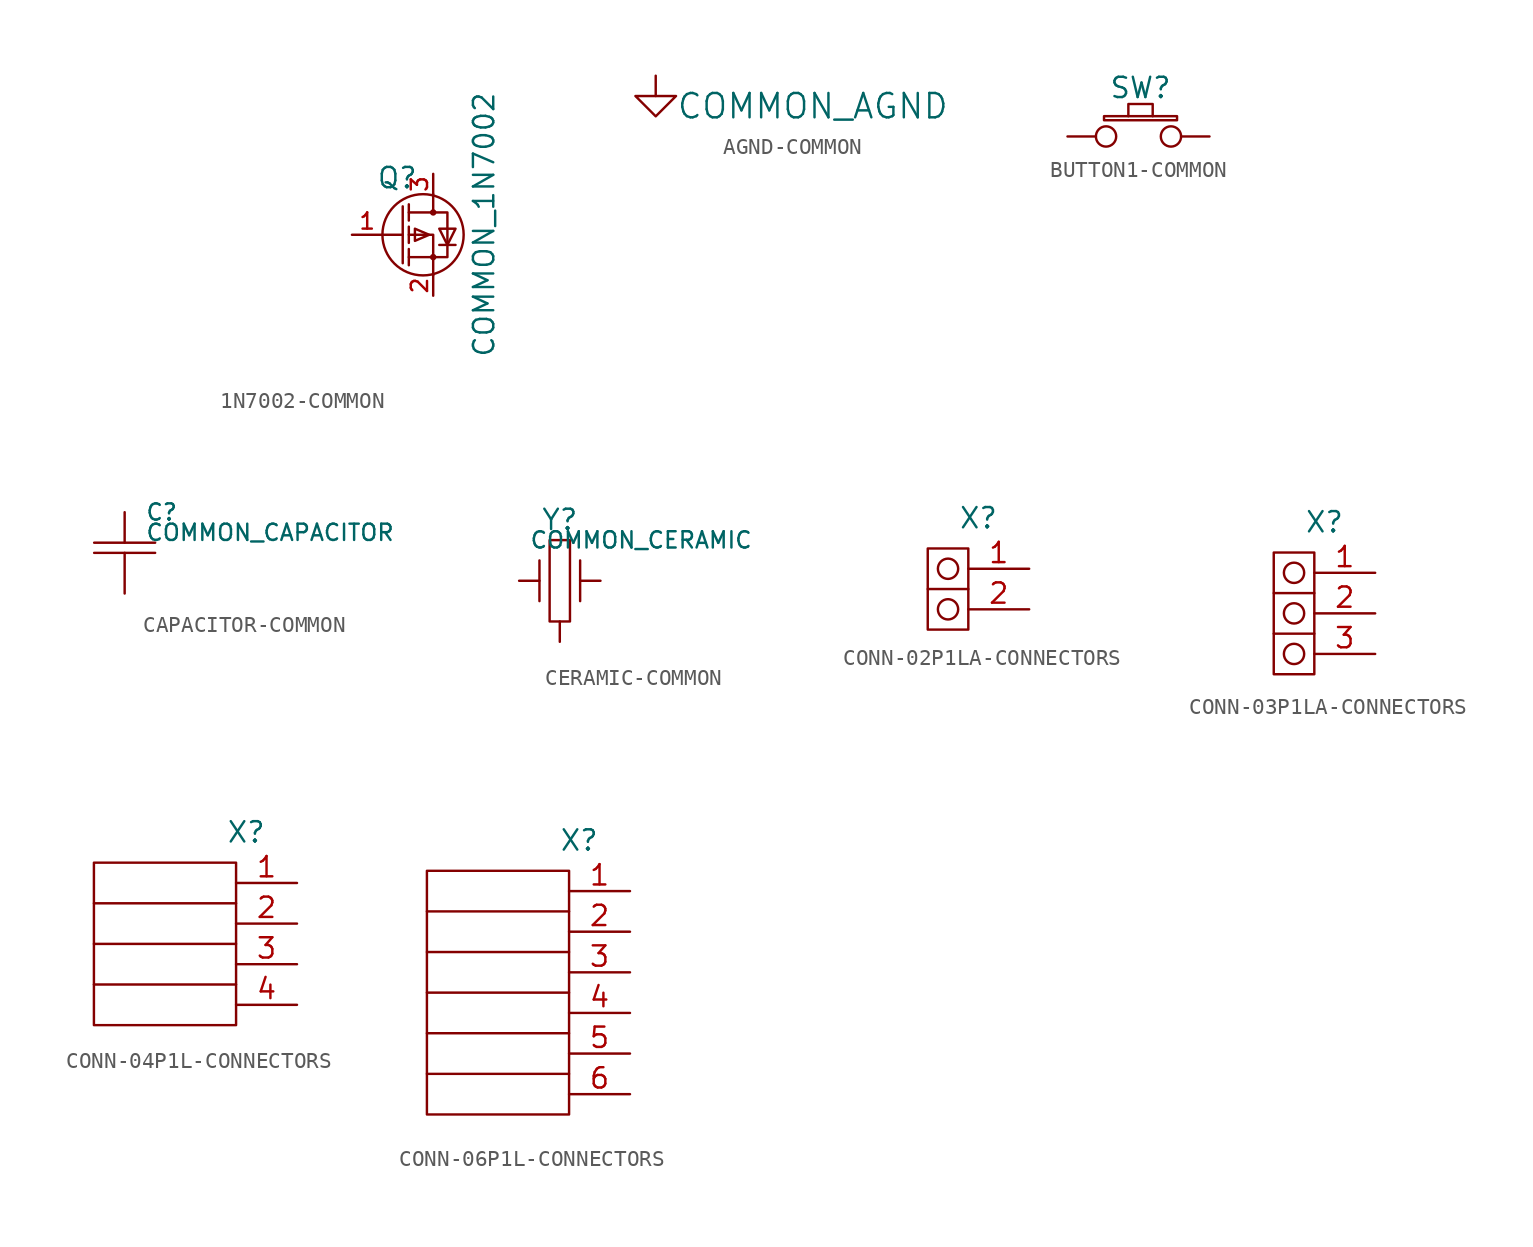
<source format=kicad_sym>
(kicad_symbol_lib
  (version 20231120)
  (generator "kicad_symbol_editor")
  (generator_version "8.0")
  (symbol "1N7002-COMMON"
    (pin_names
      (offset 1.016) hide)
    (property "Reference" "Q"
      (at 1.524 3.556 0)
      (effects (font (size 1.27 1.27)) (justify left)))
    (property "Value" "COMMON_1N7002"
      (at 8.255 0.635 90)
      (effects (font (size 1.27 1.27))))
    (property "Footprint" ""
      (at -15.24 7.62 0)
      (effects (font (size 1.524 1.524))))
    (property "Datasheet" ""
      (at -15.24 7.62 0)
      (effects (font (size 1.524 1.524))))
    (symbol "1N7002-COMMON_0_1"
      (polyline (pts (xy 1.905 0) (xy 3.175 0)) (stroke (width 0) (type solid)) (fill (type none)))
      (polyline (pts (xy 3.175 1.778) (xy 3.175 -1.778)) (stroke (width 0) (type solid)) (fill (type none)))
      (polyline (pts (xy 3.556 -1.905) (xy 3.556 -0.889)) (stroke (width 0) (type solid)) (fill (type none)))
      (polyline (pts (xy 3.556 0.508) (xy 3.556 -0.508)) (stroke (width 0) (type solid)) (fill (type none)))
      (polyline (pts (xy 3.556 1.905) (xy 3.556 0.889)) (stroke (width 0) (type solid)) (fill (type none)))
      (polyline (pts (xy 5.461 -0.635) (xy 6.477 -0.635)) (stroke (width 0) (type solid)) (fill (type none)))
      (polyline (pts (xy 3.556 0) (xy 5.08 0) (xy 5.08 -1.524)) (stroke (width 0) (type solid)) (fill (type none)))
      (polyline (pts (xy 5.08 -2.54) (xy 5.08 -1.397) (xy 3.556 -1.397)) (stroke (width 0) (type solid)) (fill (type none)))
      (polyline (pts (xy 5.08 2.54) (xy 5.08 1.397) (xy 3.556 1.397)) (stroke (width 0) (type solid)) (fill (type none)))
      (polyline (pts (xy 4.826 0) (xy 3.937 0.381) (xy 3.937 -0.381) (xy 4.826 0)) (stroke (width 0) (type solid)) (fill (type none)))
      (polyline (pts (xy 5.08 -1.397) (xy 5.969 -1.397) (xy 5.969 1.397) (xy 4.953 1.397)) (stroke (width 0) (type solid)) (fill (type none)))
      (polyline (pts (xy 6.477 0.381) (xy 5.461 0.381) (xy 5.969 -0.635) (xy 6.477 0.381)) (stroke (width 0) (type solid)) (fill (type none)))
      (circle (center 4.445 0) (radius 2.54) (stroke (width 0) (type solid)) (fill (type none)))
      (circle (center 5.08 -1.397) (radius 0.127) (stroke (width 0) (type solid)) (fill (type none)))
      (circle (center 5.08 1.397) (radius 0.127) (stroke (width 0) (type solid)) (fill (type none))))
    (symbol "1N7002-COMMON_1_1"
      (pin unspecified line (at 0 0 0) (length 1.905) (name "G" (effects (font (size 1.27 1.27)))) (number "1" (effects (font (size 1.016 1.016)))))
      (pin unspecified line (at 5.08 -3.81 90) (length 1.27) (name "S" (effects (font (size 1.27 1.27)))) (number "2" (effects (font (size 1.016 1.016)))))
      (pin unspecified line (at 5.08 3.81 270) (length 1.27) (name "D" (effects (font (size 1.27 1.27)))) (number "3" (effects (font (size 1.016 1.016)))))))
  (symbol "AGND-COMMON"
    (power)
    (pin_numbers hide)
    (pin_names
      (offset 1.016) hide)
    (property "Reference" "#P"
      (at 3.81 0 0)
      (effects (font (size 1.524 1.524)) (hide yes)))
    (property "Value" "COMMON_AGND"
      (at 1.27 -1.905 0)
      (effects (font (size 1.524 1.524)) (justify left)))
    (property "Footprint" ""
      (at 0 0 0)
      (effects (font (size 1.524 1.524))))
    (property "Datasheet" ""
      (at 0 0 0)
      (effects (font (size 1.524 1.524))))
    (symbol "AGND-COMMON_0_1"
      (polyline (pts (xy 0 0) (xy 0 -1.27)) (stroke (width 0) (type solid)) (fill (type none)))
      (polyline (pts (xy -1.27 -1.27) (xy 1.27 -1.27) (xy 0 -2.54) (xy -1.27 -1.27)) (stroke (width 0) (type solid)) (fill (type none))))
    (symbol "AGND-COMMON_1_1"
      (pin power_in line (at 0 0 270) (length 0) hide (name "AGND" (effects (font (size 1.27 1.27)))) (number "1" (effects (font (size 1.27 1.27)))))))
  (symbol "BUTTON1-COMMON"
    (pin_numbers hide)
    (pin_names
      (offset 1.016) hide)
    (property "Reference" "SW"
      (at 4.572 3.048 0)
      (effects (font (size 1.27 1.27))))
    (property "Footprint" ""
      (at 0 0 0)
      (effects (font (size 1.524 1.524))))
    (property "Datasheet" ""
      (at 0 0 0)
      (effects (font (size 1.524 1.524))))
    (symbol "BUTTON1-COMMON_0_1"
      (polyline (pts (xy 3.81 1.27) (xy 4.572 1.27) (xy 5.334 1.27)) (stroke (width 0) (type solid)) (fill (type none)))
      (polyline (pts (xy 2.286 1.016) (xy 6.858 1.016) (xy 6.858 1.27) (xy 5.334 1.27) (xy 5.334 2.032) (xy 3.81 2.032) (xy 3.81 1.27) (xy 2.286 1.27) (xy 2.286 1.016)) (stroke (width 0) (type solid)) (fill (type none))))
    (symbol "BUTTON1-COMMON_1_1"
      (pin unspecified inverted (at 0 0 0) (length 3.048) (name "CMN" (effects (font (size 1.27 1.27)))) (number "1" (effects (font (size 1.27 1.27)))))
      (pin unspecified inverted (at 8.89 0 180) (length 3.048) (name "NO" (effects (font (size 1.27 1.27)))) (number "2" (effects (font (size 1.27 1.27)))))))
  (symbol "CAPACITOR-COMMON"
    (pin_numbers hide)
    (pin_names
      (offset 1.016) hide)
    (property "Reference" "C"
      (at 1.27 0 0)
      (effects (font (size 1.016 1.016)) (justify left)))
    (property "Value" "COMMON_CAPACITOR"
      (at 1.27 -1.27 0)
      (effects (font (size 1.016 1.016)) (justify left)))
    (property "Footprint" ""
      (at 0 0 0)
      (effects (font (size 1.524 1.524))))
    (property "Datasheet" ""
      (at 0 0 0)
      (effects (font (size 1.524 1.524))))
    (symbol "CAPACITOR-COMMON_0_1"
      (polyline (pts (xy -1.905 -2.54) (xy 1.905 -2.54)) (stroke (width 0) (type solid)) (fill (type none)))
      (polyline (pts (xy -1.905 -1.905) (xy 1.905 -1.905)) (stroke (width 0) (type solid)) (fill (type none))))
    (symbol "CAPACITOR-COMMON_1_1"
      (pin unspecified line (at 0 0 270) (length 1.905) (name "C1" (effects (font (size 1.27 1.27)))) (number "1" (effects (font (size 1.27 1.27)))))
      (pin unspecified line (at 0 -5.08 90) (length 2.54) (name "C2" (effects (font (size 1.27 1.27)))) (number "2" (effects (font (size 1.27 1.27)))))))
  (symbol "CERAMIC-COMMON"
    (pin_numbers hide)
    (pin_names
      (offset 1.016) hide)
    (property "Reference" "Y"
      (at 2.54 3.81 0)
      (effects (font (size 1.27 1.27))))
    (property "Value" "COMMON_CERAMIC"
      (at 7.62 2.54 0)
      (effects (font (size 1.016 1.016))))
    (property "Footprint" ""
      (at 0 0 0)
      (effects (font (size 1.524 1.524))))
    (property "Datasheet" ""
      (at 0 0 0)
      (effects (font (size 1.524 1.524))))
    (symbol "CERAMIC-COMMON_0_1"
      (polyline (pts (xy 1.27 1.27) (xy 1.27 -1.27)) (stroke (width 0) (type solid)) (fill (type none)))
      (polyline (pts (xy 3.81 1.27) (xy 3.81 -1.27)) (stroke (width 0) (type solid)) (fill (type none)))
      (polyline (pts (xy 1.905 2.54) (xy 1.905 -2.54) (xy 3.175 -2.54) (xy 3.175 2.54) (xy 1.905 2.54)) (stroke (width 0) (type solid)) (fill (type none))))
    (symbol "CERAMIC-COMMON_1_1"
      (pin unspecified line (at 0 0 0) (length 1.27) (name "Q1" (effects (font (size 1.27 1.27)))) (number "1" (effects (font (size 1.27 1.27)))))
      (pin unspecified line (at 2.54 -3.81 90) (length 1.27) (name "CMN" (effects (font (size 1.27 1.27)))) (number "2" (effects (font (size 1.016 1.016)))))
      (pin unspecified line (at 5.08 0 180) (length 1.27) (name "Q2" (effects (font (size 1.27 1.27)))) (number "3" (effects (font (size 1.27 1.27)))))))
  (symbol "CONN-02P1LA-CONNECTORS"
    (pin_names
      (offset 1.016))
    (property "Reference" "X"
      (at -3.175 3.175 0)
      (effects (font (size 1.27 1.27))))
    (property "Footprint" ""
      (at 0 0 0)
      (effects (font (size 1.524 1.524))))
    (property "Datasheet" ""
      (at 0 0 0)
      (effects (font (size 1.524 1.524))))
    (symbol "CONN-02P1LA-CONNECTORS_0_1"
      (circle (center -5.08 -2.54) (radius 0.635) (stroke (width 0) (type solid)) (fill (type none)))
      (circle (center -5.08 0) (radius 0.635) (stroke (width 0) (type solid)) (fill (type none)))
      (rectangle (start -3.81 1.27) (end -6.35 -3.81) (stroke (width 0) (type solid)) (fill (type none)))
      (polyline (pts (xy -3.81 -1.27) (xy -6.35 -1.27)) (stroke (width 0) (type solid)) (fill (type none))))
    (symbol "CONN-02P1LA-CONNECTORS_1_1"
      (pin unspecified line (at 0 0 180) (length 3.81) (name "~" (effects (font (size 1.27 1.27)))) (number "1" (effects (font (size 1.27 1.27)))))
      (pin unspecified line (at 0 -2.54 180) (length 3.81) (name "~" (effects (font (size 1.27 1.27)))) (number "2" (effects (font (size 1.27 1.27)))))))
  (symbol "CONN-03P1LA-CONNECTORS"
    (pin_names
      (offset 1.016))
    (property "Reference" "X"
      (at -3.175 3.175 0)
      (effects (font (size 1.27 1.27))))
    (property "Footprint" ""
      (at 0 0 0)
      (effects (font (size 1.524 1.524))))
    (property "Datasheet" ""
      (at 0 0 0)
      (effects (font (size 1.524 1.524))))
    (symbol "CONN-03P1LA-CONNECTORS_0_1"
      (circle (center -5.08 -5.08) (radius 0.635) (stroke (width 0) (type solid)) (fill (type none)))
      (circle (center -5.08 -2.54) (radius 0.635) (stroke (width 0) (type solid)) (fill (type none)))
      (circle (center -5.08 0) (radius 0.635) (stroke (width 0) (type solid)) (fill (type none)))
      (rectangle (start -3.81 1.27) (end -6.35 -6.35) (stroke (width 0) (type solid)) (fill (type none)))
      (polyline (pts (xy -3.81 -3.81) (xy -6.35 -3.81)) (stroke (width 0) (type solid)) (fill (type none)))
      (polyline (pts (xy -3.81 -1.27) (xy -6.35 -1.27)) (stroke (width 0) (type solid)) (fill (type none))))
    (symbol "CONN-03P1LA-CONNECTORS_1_1"
      (pin unspecified line (at 0 0 180) (length 3.81) (name "~" (effects (font (size 1.27 1.27)))) (number "1" (effects (font (size 1.27 1.27)))))
      (pin unspecified line (at 0 -2.54 180) (length 3.81) (name "~" (effects (font (size 1.27 1.27)))) (number "2" (effects (font (size 1.27 1.27)))))
      (pin unspecified line (at 0 -5.08 180) (length 3.81) (name "~" (effects (font (size 1.27 1.27)))) (number "3" (effects (font (size 1.27 1.27)))))))
  (symbol "CONN-04P1L-CONNECTORS"
    (pin_names
      (offset 1.016))
    (property "Reference" "X"
      (at -3.175 3.175 0)
      (effects (font (size 1.27 1.27))))
    (property "Footprint" ""
      (at 0 0 0)
      (effects (font (size 1.524 1.524))))
    (property "Datasheet" ""
      (at 0 0 0)
      (effects (font (size 1.524 1.524))))
    (symbol "CONN-04P1L-CONNECTORS_0_1"
      (rectangle (start -3.81 1.27) (end -12.7 -8.89) (stroke (width 0) (type solid)) (fill (type none)))
      (polyline (pts (xy -3.81 -6.35) (xy -12.7 -6.35)) (stroke (width 0) (type solid)) (fill (type none)))
      (polyline (pts (xy -3.81 -3.81) (xy -12.7 -3.81)) (stroke (width 0) (type solid)) (fill (type none)))
      (polyline (pts (xy -3.81 -1.27) (xy -12.7 -1.27)) (stroke (width 0) (type solid)) (fill (type none))))
    (symbol "CONN-04P1L-CONNECTORS_1_1"
      (pin unspecified line (at 0 0 180) (length 3.81) (name "~" (effects (font (size 1.27 1.27)))) (number "1" (effects (font (size 1.27 1.27)))))
      (pin unspecified line (at 0 -2.54 180) (length 3.81) (name "~" (effects (font (size 1.27 1.27)))) (number "2" (effects (font (size 1.27 1.27)))))
      (pin unspecified line (at 0 -5.08 180) (length 3.81) (name "~" (effects (font (size 1.27 1.27)))) (number "3" (effects (font (size 1.27 1.27)))))
      (pin unspecified line (at 0 -7.62 180) (length 3.81) (name "~" (effects (font (size 1.27 1.27)))) (number "4" (effects (font (size 1.27 1.27)))))))
  (symbol "CONN-06P1L-CONNECTORS"
    (pin_names
      (offset 1.016))
    (property "Reference" "X"
      (at -3.175 3.175 0)
      (effects (font (size 1.27 1.27))))
    (property "Footprint" ""
      (at 0 0 0)
      (effects (font (size 1.524 1.524))))
    (property "Datasheet" ""
      (at 0 0 0)
      (effects (font (size 1.524 1.524))))
    (symbol "CONN-06P1L-CONNECTORS_0_1"
      (rectangle (start -3.81 1.27) (end -12.7 -13.97) (stroke (width 0) (type solid)) (fill (type none)))
      (polyline (pts (xy -3.81 -11.43) (xy -12.7 -11.43)) (stroke (width 0) (type solid)) (fill (type none)))
      (polyline (pts (xy -3.81 -8.89) (xy -12.7 -8.89)) (stroke (width 0) (type solid)) (fill (type none)))
      (polyline (pts (xy -3.81 -6.35) (xy -12.7 -6.35)) (stroke (width 0) (type solid)) (fill (type none)))
      (polyline (pts (xy -3.81 -3.81) (xy -12.7 -3.81)) (stroke (width 0) (type solid)) (fill (type none)))
      (polyline (pts (xy -3.81 -1.27) (xy -12.7 -1.27)) (stroke (width 0) (type solid)) (fill (type none))))
    (symbol "CONN-06P1L-CONNECTORS_1_1"
      (pin unspecified line (at 0 0 180) (length 3.81) (name "~" (effects (font (size 1.27 1.27)))) (number "1" (effects (font (size 1.27 1.27)))))
      (pin unspecified line (at 0 -2.54 180) (length 3.81) (name "~" (effects (font (size 1.27 1.27)))) (number "2" (effects (font (size 1.27 1.27)))))
      (pin unspecified line (at 0 -5.08 180) (length 3.81) (name "~" (effects (font (size 1.27 1.27)))) (number "3" (effects (font (size 1.27 1.27)))))
      (pin unspecified line (at 0 -7.62 180) (length 3.81) (name "~" (effects (font (size 1.27 1.27)))) (number "4" (effects (font (size 1.27 1.27)))))
      (pin unspecified line (at 0 -10.16 180) (length 3.81) (name "~" (effects (font (size 1.27 1.27)))) (number "5" (effects (font (size 1.27 1.27)))))
      (pin unspecified line (at 0 -12.7 180) (length 3.81) (name "~" (effects (font (size 1.27 1.27)))) (number "6" (effects (font (size 1.27 1.27))))))))
</source>
